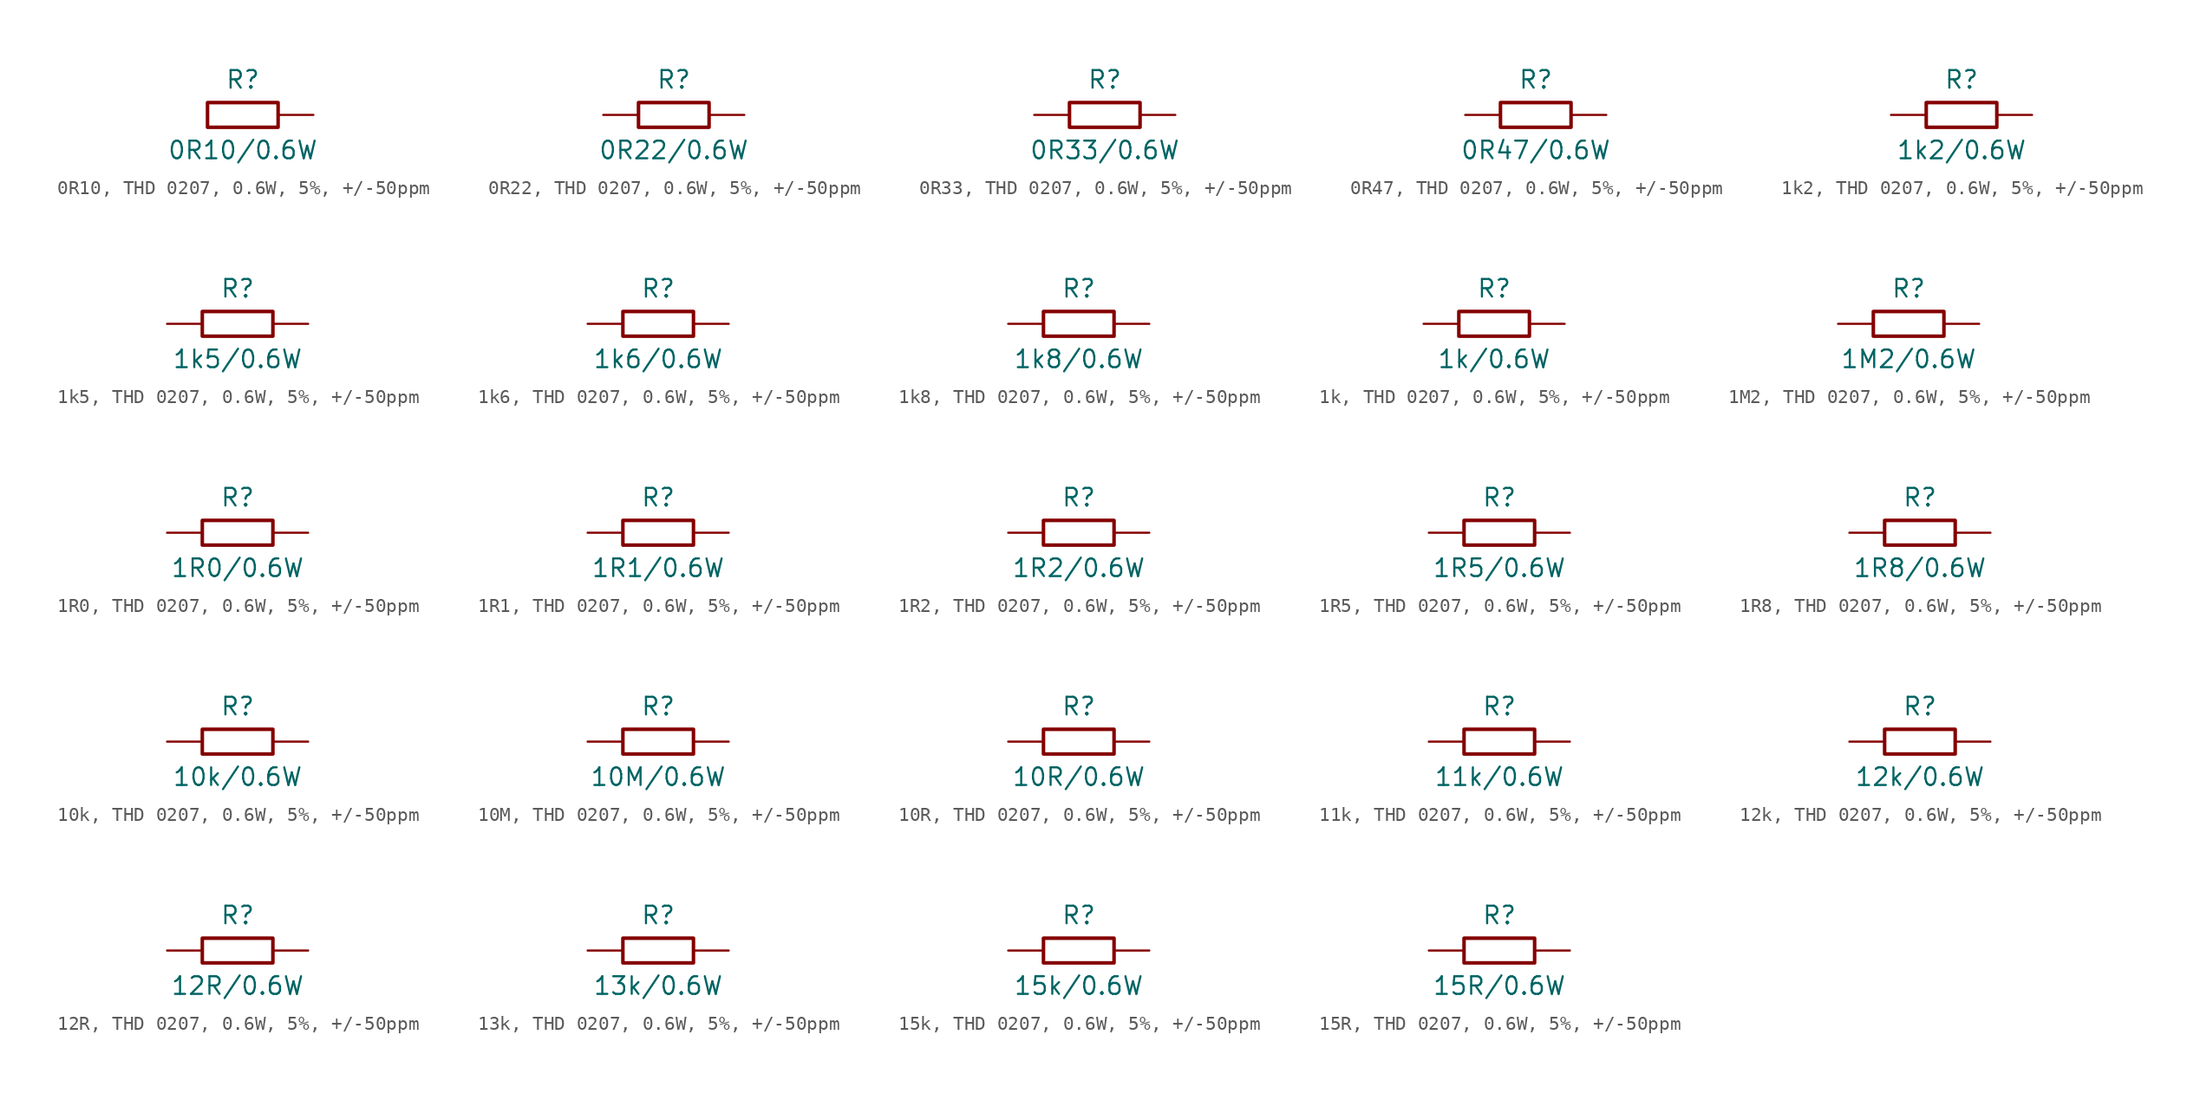
<source format=kicad_sym>
(kicad_symbol_lib
  (version 20220914)
  (generator kicad_symbol_editor)
  (symbol "0R10, THD 0207, 0.6W, 5%, +/-50ppm"
    (pin_numbers hide)
    (pin_names
      (offset 0) hide)
    (property "Reference" "R"
      (at 0 2.54 0)
      (effects (font (size 1.27 1.27))))
    (property "Value" "0R10/0.6W"
      (at 0 -2.54 0)
      (effects (font (size 1.27 1.27))))
    (symbol "0R10, THD 0207, 0.6W, 5%, +/-50ppm_0_1"
      (rectangle (start -2.54 0.889) (end 2.54 -0.889) (stroke (width 0.254) (type default)) (fill (type none))))
    (symbol "0R10, THD 0207, 0.6W, 5%, +/-50ppm_1_1"
      (pin passive line (at 5.08 0 180) (length 2.54) (name "2" (effects (font (size 1.27 1.27)))) (number "2" (effects (font (size 1.27 1.27)))))))
  (symbol "0R22, THD 0207, 0.6W, 5%, +/-50ppm"
    (pin_numbers hide)
    (pin_names
      (offset 0) hide)
    (property "Reference" "R"
      (at 0 2.54 0)
      (effects (font (size 1.27 1.27))))
    (property "Value" "0R22/0.6W"
      (at 0 -2.54 0)
      (effects (font (size 1.27 1.27))))
    (symbol "0R22, THD 0207, 0.6W, 5%, +/-50ppm_0_1"
      (rectangle (start -2.54 0.889) (end 2.54 -0.889) (stroke (width 0.254) (type default)) (fill (type none))))
    (symbol "0R22, THD 0207, 0.6W, 5%, +/-50ppm_1_1"
      (pin passive line (at -5.08 0 0) (length 2.54) (name "1" (effects (font (size 1.27 1.27)))) (number "1" (effects (font (size 1.27 1.27)))))
      (pin passive line (at 5.08 0 180) (length 2.54) (name "2" (effects (font (size 1.27 1.27)))) (number "2" (effects (font (size 1.27 1.27)))))))
  (symbol "0R33, THD 0207, 0.6W, 5%, +/-50ppm"
    (pin_numbers hide)
    (pin_names
      (offset 0) hide)
    (property "Reference" "R"
      (at 0 2.54 0)
      (effects (font (size 1.27 1.27))))
    (property "Value" "0R33/0.6W"
      (at 0 -2.54 0)
      (effects (font (size 1.27 1.27))))
    (symbol "0R33, THD 0207, 0.6W, 5%, +/-50ppm_0_1"
      (rectangle (start -2.54 0.889) (end 2.54 -0.889) (stroke (width 0.254) (type default)) (fill (type none))))
    (symbol "0R33, THD 0207, 0.6W, 5%, +/-50ppm_1_1"
      (pin passive line (at -5.08 0 0) (length 2.54) (name "1" (effects (font (size 1.27 1.27)))) (number "1" (effects (font (size 1.27 1.27)))))
      (pin passive line (at 5.08 0 180) (length 2.54) (name "2" (effects (font (size 1.27 1.27)))) (number "2" (effects (font (size 1.27 1.27)))))))
  (symbol "0R47, THD 0207, 0.6W, 5%, +/-50ppm"
    (pin_numbers hide)
    (pin_names
      (offset 0) hide)
    (property "Reference" "R"
      (at 0 2.54 0)
      (effects (font (size 1.27 1.27))))
    (property "Value" "0R47/0.6W"
      (at 0 -2.54 0)
      (effects (font (size 1.27 1.27))))
    (symbol "0R47, THD 0207, 0.6W, 5%, +/-50ppm_0_1"
      (rectangle (start -2.54 0.889) (end 2.54 -0.889) (stroke (width 0.254) (type default)) (fill (type none))))
    (symbol "0R47, THD 0207, 0.6W, 5%, +/-50ppm_1_1"
      (pin passive line (at -5.08 0 0) (length 2.54) (name "1" (effects (font (size 1.27 1.27)))) (number "1" (effects (font (size 1.27 1.27)))))
      (pin passive line (at 5.08 0 180) (length 2.54) (name "2" (effects (font (size 1.27 1.27)))) (number "2" (effects (font (size 1.27 1.27)))))))
  (symbol "1k2, THD 0207, 0.6W, 5%, +/-50ppm"
    (pin_numbers hide)
    (pin_names
      (offset 0) hide)
    (property "Reference" "R"
      (at 0 2.54 0)
      (effects (font (size 1.27 1.27))))
    (property "Value" "1k2/0.6W"
      (at 0 -2.54 0)
      (effects (font (size 1.27 1.27))))
    (symbol "1k2, THD 0207, 0.6W, 5%, +/-50ppm_0_1"
      (rectangle (start -2.54 0.889) (end 2.54 -0.889) (stroke (width 0.254) (type default)) (fill (type none))))
    (symbol "1k2, THD 0207, 0.6W, 5%, +/-50ppm_1_1"
      (pin passive line (at -5.08 0 0) (length 2.54) (name "1" (effects (font (size 1.27 1.27)))) (number "1" (effects (font (size 1.27 1.27)))))
      (pin passive line (at 5.08 0 180) (length 2.54) (name "2" (effects (font (size 1.27 1.27)))) (number "2" (effects (font (size 1.27 1.27)))))))
  (symbol "1k5, THD 0207, 0.6W, 5%, +/-50ppm"
    (pin_numbers hide)
    (pin_names
      (offset 0) hide)
    (property "Reference" "R"
      (at 0 2.54 0)
      (effects (font (size 1.27 1.27))))
    (property "Value" "1k5/0.6W"
      (at 0 -2.54 0)
      (effects (font (size 1.27 1.27))))
    (symbol "1k5, THD 0207, 0.6W, 5%, +/-50ppm_0_1"
      (rectangle (start -2.54 0.889) (end 2.54 -0.889) (stroke (width 0.254) (type default)) (fill (type none))))
    (symbol "1k5, THD 0207, 0.6W, 5%, +/-50ppm_1_1"
      (pin passive line (at -5.08 0 0) (length 2.54) (name "1" (effects (font (size 1.27 1.27)))) (number "1" (effects (font (size 1.27 1.27)))))
      (pin passive line (at 5.08 0 180) (length 2.54) (name "2" (effects (font (size 1.27 1.27)))) (number "2" (effects (font (size 1.27 1.27)))))))
  (symbol "1k6, THD 0207, 0.6W, 5%, +/-50ppm"
    (pin_numbers hide)
    (pin_names
      (offset 0) hide)
    (property "Reference" "R"
      (at 0 2.54 0)
      (effects (font (size 1.27 1.27))))
    (property "Value" "1k6/0.6W"
      (at 0 -2.54 0)
      (effects (font (size 1.27 1.27))))
    (symbol "1k6, THD 0207, 0.6W, 5%, +/-50ppm_0_1"
      (rectangle (start -2.54 0.889) (end 2.54 -0.889) (stroke (width 0.254) (type default)) (fill (type none))))
    (symbol "1k6, THD 0207, 0.6W, 5%, +/-50ppm_1_1"
      (pin passive line (at -5.08 0 0) (length 2.54) (name "1" (effects (font (size 1.27 1.27)))) (number "1" (effects (font (size 1.27 1.27)))))
      (pin passive line (at 5.08 0 180) (length 2.54) (name "2" (effects (font (size 1.27 1.27)))) (number "2" (effects (font (size 1.27 1.27)))))))
  (symbol "1k8, THD 0207, 0.6W, 5%, +/-50ppm"
    (pin_numbers hide)
    (pin_names
      (offset 0) hide)
    (property "Reference" "R"
      (at 0 2.54 0)
      (effects (font (size 1.27 1.27))))
    (property "Value" "1k8/0.6W"
      (at 0 -2.54 0)
      (effects (font (size 1.27 1.27))))
    (symbol "1k8, THD 0207, 0.6W, 5%, +/-50ppm_0_1"
      (rectangle (start -2.54 0.889) (end 2.54 -0.889) (stroke (width 0.254) (type default)) (fill (type none))))
    (symbol "1k8, THD 0207, 0.6W, 5%, +/-50ppm_1_1"
      (pin passive line (at -5.08 0 0) (length 2.54) (name "1" (effects (font (size 1.27 1.27)))) (number "1" (effects (font (size 1.27 1.27)))))
      (pin passive line (at 5.08 0 180) (length 2.54) (name "2" (effects (font (size 1.27 1.27)))) (number "2" (effects (font (size 1.27 1.27)))))))
  (symbol "1k, THD 0207, 0.6W, 5%, +/-50ppm"
    (pin_numbers hide)
    (pin_names
      (offset 0) hide)
    (property "Reference" "R"
      (at 0 2.54 0)
      (effects (font (size 1.27 1.27))))
    (property "Value" "1k/0.6W"
      (at 0 -2.54 0)
      (effects (font (size 1.27 1.27))))
    (symbol "1k, THD 0207, 0.6W, 5%, +/-50ppm_0_1"
      (rectangle (start -2.54 0.889) (end 2.54 -0.889) (stroke (width 0.254) (type default)) (fill (type none))))
    (symbol "1k, THD 0207, 0.6W, 5%, +/-50ppm_1_1"
      (pin passive line (at -5.08 0 0) (length 2.54) (name "1" (effects (font (size 1.27 1.27)))) (number "1" (effects (font (size 1.27 1.27)))))
      (pin passive line (at 5.08 0 180) (length 2.54) (name "2" (effects (font (size 1.27 1.27)))) (number "2" (effects (font (size 1.27 1.27)))))))
  (symbol "1M2, THD 0207, 0.6W, 5%, +/-50ppm"
    (pin_numbers hide)
    (pin_names
      (offset 0) hide)
    (property "Reference" "R"
      (at 0 2.54 0)
      (effects (font (size 1.27 1.27))))
    (property "Value" "1M2/0.6W"
      (at 0 -2.54 0)
      (effects (font (size 1.27 1.27))))
    (symbol "1M2, THD 0207, 0.6W, 5%, +/-50ppm_0_1"
      (rectangle (start -2.54 0.889) (end 2.54 -0.889) (stroke (width 0.254) (type default)) (fill (type none))))
    (symbol "1M2, THD 0207, 0.6W, 5%, +/-50ppm_1_1"
      (pin passive line (at -5.08 0 0) (length 2.54) (name "1" (effects (font (size 1.27 1.27)))) (number "1" (effects (font (size 1.27 1.27)))))
      (pin passive line (at 5.08 0 180) (length 2.54) (name "2" (effects (font (size 1.27 1.27)))) (number "2" (effects (font (size 1.27 1.27)))))))
  (symbol "1R0, THD 0207, 0.6W, 5%, +/-50ppm"
    (pin_numbers hide)
    (pin_names
      (offset 0) hide)
    (property "Reference" "R"
      (at 0 2.54 0)
      (effects (font (size 1.27 1.27))))
    (property "Value" "1R0/0.6W"
      (at 0 -2.54 0)
      (effects (font (size 1.27 1.27))))
    (symbol "1R0, THD 0207, 0.6W, 5%, +/-50ppm_0_1"
      (rectangle (start -2.54 0.889) (end 2.54 -0.889) (stroke (width 0.254) (type default)) (fill (type none))))
    (symbol "1R0, THD 0207, 0.6W, 5%, +/-50ppm_1_1"
      (pin passive line (at -5.08 0 0) (length 2.54) (name "1" (effects (font (size 1.27 1.27)))) (number "1" (effects (font (size 1.27 1.27)))))
      (pin passive line (at 5.08 0 180) (length 2.54) (name "2" (effects (font (size 1.27 1.27)))) (number "2" (effects (font (size 1.27 1.27)))))))
  (symbol "1R1, THD 0207, 0.6W, 5%, +/-50ppm"
    (pin_numbers hide)
    (pin_names
      (offset 0) hide)
    (property "Reference" "R"
      (at 0 2.54 0)
      (effects (font (size 1.27 1.27))))
    (property "Value" "1R1/0.6W"
      (at 0 -2.54 0)
      (effects (font (size 1.27 1.27))))
    (symbol "1R1, THD 0207, 0.6W, 5%, +/-50ppm_0_1"
      (rectangle (start -2.54 0.889) (end 2.54 -0.889) (stroke (width 0.254) (type default)) (fill (type none))))
    (symbol "1R1, THD 0207, 0.6W, 5%, +/-50ppm_1_1"
      (pin passive line (at -5.08 0 0) (length 2.54) (name "1" (effects (font (size 1.27 1.27)))) (number "1" (effects (font (size 1.27 1.27)))))
      (pin passive line (at 5.08 0 180) (length 2.54) (name "2" (effects (font (size 1.27 1.27)))) (number "2" (effects (font (size 1.27 1.27)))))))
  (symbol "1R2, THD 0207, 0.6W, 5%, +/-50ppm"
    (pin_numbers hide)
    (pin_names
      (offset 0) hide)
    (property "Reference" "R"
      (at 0 2.54 0)
      (effects (font (size 1.27 1.27))))
    (property "Value" "1R2/0.6W"
      (at 0 -2.54 0)
      (effects (font (size 1.27 1.27))))
    (symbol "1R2, THD 0207, 0.6W, 5%, +/-50ppm_0_1"
      (rectangle (start -2.54 0.889) (end 2.54 -0.889) (stroke (width 0.254) (type default)) (fill (type none))))
    (symbol "1R2, THD 0207, 0.6W, 5%, +/-50ppm_1_1"
      (pin passive line (at -5.08 0 0) (length 2.54) (name "1" (effects (font (size 1.27 1.27)))) (number "1" (effects (font (size 1.27 1.27)))))
      (pin passive line (at 5.08 0 180) (length 2.54) (name "2" (effects (font (size 1.27 1.27)))) (number "2" (effects (font (size 1.27 1.27)))))))
  (symbol "1R5, THD 0207, 0.6W, 5%, +/-50ppm"
    (pin_numbers hide)
    (pin_names
      (offset 0) hide)
    (property "Reference" "R"
      (at 0 2.54 0)
      (effects (font (size 1.27 1.27))))
    (property "Value" "1R5/0.6W"
      (at 0 -2.54 0)
      (effects (font (size 1.27 1.27))))
    (symbol "1R5, THD 0207, 0.6W, 5%, +/-50ppm_0_1"
      (rectangle (start -2.54 0.889) (end 2.54 -0.889) (stroke (width 0.254) (type default)) (fill (type none))))
    (symbol "1R5, THD 0207, 0.6W, 5%, +/-50ppm_1_1"
      (pin passive line (at -5.08 0 0) (length 2.54) (name "1" (effects (font (size 1.27 1.27)))) (number "1" (effects (font (size 1.27 1.27)))))
      (pin passive line (at 5.08 0 180) (length 2.54) (name "2" (effects (font (size 1.27 1.27)))) (number "2" (effects (font (size 1.27 1.27)))))))
  (symbol "1R8, THD 0207, 0.6W, 5%, +/-50ppm"
    (pin_numbers hide)
    (pin_names
      (offset 0) hide)
    (property "Reference" "R"
      (at 0 2.54 0)
      (effects (font (size 1.27 1.27))))
    (property "Value" "1R8/0.6W"
      (at 0 -2.54 0)
      (effects (font (size 1.27 1.27))))
    (symbol "1R8, THD 0207, 0.6W, 5%, +/-50ppm_0_1"
      (rectangle (start -2.54 0.889) (end 2.54 -0.889) (stroke (width 0.254) (type default)) (fill (type none))))
    (symbol "1R8, THD 0207, 0.6W, 5%, +/-50ppm_1_1"
      (pin passive line (at -5.08 0 0) (length 2.54) (name "1" (effects (font (size 1.27 1.27)))) (number "1" (effects (font (size 1.27 1.27)))))
      (pin passive line (at 5.08 0 180) (length 2.54) (name "2" (effects (font (size 1.27 1.27)))) (number "2" (effects (font (size 1.27 1.27)))))))
  (symbol "10k, THD 0207, 0.6W, 5%, +/-50ppm"
    (pin_numbers hide)
    (pin_names
      (offset 0) hide)
    (property "Reference" "R"
      (at 0 2.54 0)
      (effects (font (size 1.27 1.27))))
    (property "Value" "10k/0.6W"
      (at 0 -2.54 0)
      (effects (font (size 1.27 1.27))))
    (symbol "10k, THD 0207, 0.6W, 5%, +/-50ppm_0_1"
      (rectangle (start -2.54 0.889) (end 2.54 -0.889) (stroke (width 0.254) (type default)) (fill (type none))))
    (symbol "10k, THD 0207, 0.6W, 5%, +/-50ppm_1_1"
      (pin passive line (at -5.08 0 0) (length 2.54) (name "1" (effects (font (size 1.27 1.27)))) (number "1" (effects (font (size 1.27 1.27)))))
      (pin passive line (at 5.08 0 180) (length 2.54) (name "2" (effects (font (size 1.27 1.27)))) (number "2" (effects (font (size 1.27 1.27)))))))
  (symbol "10M, THD 0207, 0.6W, 5%, +/-50ppm"
    (pin_numbers hide)
    (pin_names
      (offset 0) hide)
    (property "Reference" "R"
      (at 0 2.54 0)
      (effects (font (size 1.27 1.27))))
    (property "Value" "10M/0.6W"
      (at 0 -2.54 0)
      (effects (font (size 1.27 1.27))))
    (symbol "10M, THD 0207, 0.6W, 5%, +/-50ppm_0_1"
      (rectangle (start -2.54 0.889) (end 2.54 -0.889) (stroke (width 0.254) (type default)) (fill (type none))))
    (symbol "10M, THD 0207, 0.6W, 5%, +/-50ppm_1_1"
      (pin passive line (at -5.08 0 0) (length 2.54) (name "1" (effects (font (size 1.27 1.27)))) (number "1" (effects (font (size 1.27 1.27)))))
      (pin passive line (at 5.08 0 180) (length 2.54) (name "2" (effects (font (size 1.27 1.27)))) (number "2" (effects (font (size 1.27 1.27)))))))
  (symbol "10R, THD 0207, 0.6W, 5%, +/-50ppm"
    (pin_numbers hide)
    (pin_names
      (offset 0) hide)
    (property "Reference" "R"
      (at 0 2.54 0)
      (effects (font (size 1.27 1.27))))
    (property "Value" "10R/0.6W"
      (at 0 -2.54 0)
      (effects (font (size 1.27 1.27))))
    (symbol "10R, THD 0207, 0.6W, 5%, +/-50ppm_0_1"
      (rectangle (start -2.54 0.889) (end 2.54 -0.889) (stroke (width 0.254) (type default)) (fill (type none))))
    (symbol "10R, THD 0207, 0.6W, 5%, +/-50ppm_1_1"
      (pin passive line (at -5.08 0 0) (length 2.54) (name "1" (effects (font (size 1.27 1.27)))) (number "1" (effects (font (size 1.27 1.27)))))
      (pin passive line (at 5.08 0 180) (length 2.54) (name "2" (effects (font (size 1.27 1.27)))) (number "2" (effects (font (size 1.27 1.27)))))))
  (symbol "11k, THD 0207, 0.6W, 5%, +/-50ppm"
    (pin_numbers hide)
    (pin_names
      (offset 0) hide)
    (property "Reference" "R"
      (at 0 2.54 0)
      (effects (font (size 1.27 1.27))))
    (property "Value" "11k/0.6W"
      (at 0 -2.54 0)
      (effects (font (size 1.27 1.27))))
    (symbol "11k, THD 0207, 0.6W, 5%, +/-50ppm_0_1"
      (rectangle (start -2.54 0.889) (end 2.54 -0.889) (stroke (width 0.254) (type default)) (fill (type none))))
    (symbol "11k, THD 0207, 0.6W, 5%, +/-50ppm_1_1"
      (pin passive line (at -5.08 0 0) (length 2.54) (name "1" (effects (font (size 1.27 1.27)))) (number "1" (effects (font (size 1.27 1.27)))))
      (pin passive line (at 5.08 0 180) (length 2.54) (name "2" (effects (font (size 1.27 1.27)))) (number "2" (effects (font (size 1.27 1.27)))))))
  (symbol "12k, THD 0207, 0.6W, 5%, +/-50ppm"
    (pin_numbers hide)
    (pin_names
      (offset 0) hide)
    (property "Reference" "R"
      (at 0 2.54 0)
      (effects (font (size 1.27 1.27))))
    (property "Value" "12k/0.6W"
      (at 0 -2.54 0)
      (effects (font (size 1.27 1.27))))
    (symbol "12k, THD 0207, 0.6W, 5%, +/-50ppm_0_1"
      (rectangle (start -2.54 0.889) (end 2.54 -0.889) (stroke (width 0.254) (type default)) (fill (type none))))
    (symbol "12k, THD 0207, 0.6W, 5%, +/-50ppm_1_1"
      (pin passive line (at -5.08 0 0) (length 2.54) (name "1" (effects (font (size 1.27 1.27)))) (number "1" (effects (font (size 1.27 1.27)))))
      (pin passive line (at 5.08 0 180) (length 2.54) (name "2" (effects (font (size 1.27 1.27)))) (number "2" (effects (font (size 1.27 1.27)))))))
  (symbol "12R, THD 0207, 0.6W, 5%, +/-50ppm"
    (pin_numbers hide)
    (pin_names
      (offset 0) hide)
    (property "Reference" "R"
      (at 0 2.54 0)
      (effects (font (size 1.27 1.27))))
    (property "Value" "12R/0.6W"
      (at 0 -2.54 0)
      (effects (font (size 1.27 1.27))))
    (symbol "12R, THD 0207, 0.6W, 5%, +/-50ppm_0_1"
      (rectangle (start -2.54 0.889) (end 2.54 -0.889) (stroke (width 0.254) (type default)) (fill (type none))))
    (symbol "12R, THD 0207, 0.6W, 5%, +/-50ppm_1_1"
      (pin passive line (at -5.08 0 0) (length 2.54) (name "1" (effects (font (size 1.27 1.27)))) (number "1" (effects (font (size 1.27 1.27)))))
      (pin passive line (at 5.08 0 180) (length 2.54) (name "2" (effects (font (size 1.27 1.27)))) (number "2" (effects (font (size 1.27 1.27)))))))
  (symbol "13k, THD 0207, 0.6W, 5%, +/-50ppm"
    (pin_numbers hide)
    (pin_names
      (offset 0) hide)
    (property "Reference" "R"
      (at 0 2.54 0)
      (effects (font (size 1.27 1.27))))
    (property "Value" "13k/0.6W"
      (at 0 -2.54 0)
      (effects (font (size 1.27 1.27))))
    (symbol "13k, THD 0207, 0.6W, 5%, +/-50ppm_0_1"
      (rectangle (start -2.54 0.889) (end 2.54 -0.889) (stroke (width 0.254) (type default)) (fill (type none))))
    (symbol "13k, THD 0207, 0.6W, 5%, +/-50ppm_1_1"
      (pin passive line (at -5.08 0 0) (length 2.54) (name "1" (effects (font (size 1.27 1.27)))) (number "1" (effects (font (size 1.27 1.27)))))
      (pin passive line (at 5.08 0 180) (length 2.54) (name "2" (effects (font (size 1.27 1.27)))) (number "2" (effects (font (size 1.27 1.27)))))))
  (symbol "15k, THD 0207, 0.6W, 5%, +/-50ppm"
    (pin_numbers hide)
    (pin_names
      (offset 0) hide)
    (property "Reference" "R"
      (at 0 2.54 0)
      (effects (font (size 1.27 1.27))))
    (property "Value" "15k/0.6W"
      (at 0 -2.54 0)
      (effects (font (size 1.27 1.27))))
    (symbol "15k, THD 0207, 0.6W, 5%, +/-50ppm_0_1"
      (rectangle (start -2.54 0.889) (end 2.54 -0.889) (stroke (width 0.254) (type default)) (fill (type none))))
    (symbol "15k, THD 0207, 0.6W, 5%, +/-50ppm_1_1"
      (pin passive line (at -5.08 0 0) (length 2.54) (name "1" (effects (font (size 1.27 1.27)))) (number "1" (effects (font (size 1.27 1.27)))))
      (pin passive line (at 5.08 0 180) (length 2.54) (name "2" (effects (font (size 1.27 1.27)))) (number "2" (effects (font (size 1.27 1.27)))))))
  (symbol "15R, THD 0207, 0.6W, 5%, +/-50ppm"
    (pin_numbers hide)
    (pin_names
      (offset 0) hide)
    (property "Reference" "R"
      (at 0 2.54 0)
      (effects (font (size 1.27 1.27))))
    (property "Value" "15R/0.6W"
      (at 0 -2.54 0)
      (effects (font (size 1.27 1.27))))
    (symbol "15R, THD 0207, 0.6W, 5%, +/-50ppm_0_1"
      (rectangle (start -2.54 0.889) (end 2.54 -0.889) (stroke (width 0.254) (type default)) (fill (type none))))
    (symbol "15R, THD 0207, 0.6W, 5%, +/-50ppm_1_1"
      (pin passive line (at -5.08 0 0) (length 2.54) (name "1" (effects (font (size 1.27 1.27)))) (number "1" (effects (font (size 1.27 1.27)))))
      (pin passive line (at 5.08 0 180) (length 2.54) (name "2" (effects (font (size 1.27 1.27)))) (number "2" (effects (font (size 1.27 1.27))))))))
</source>
